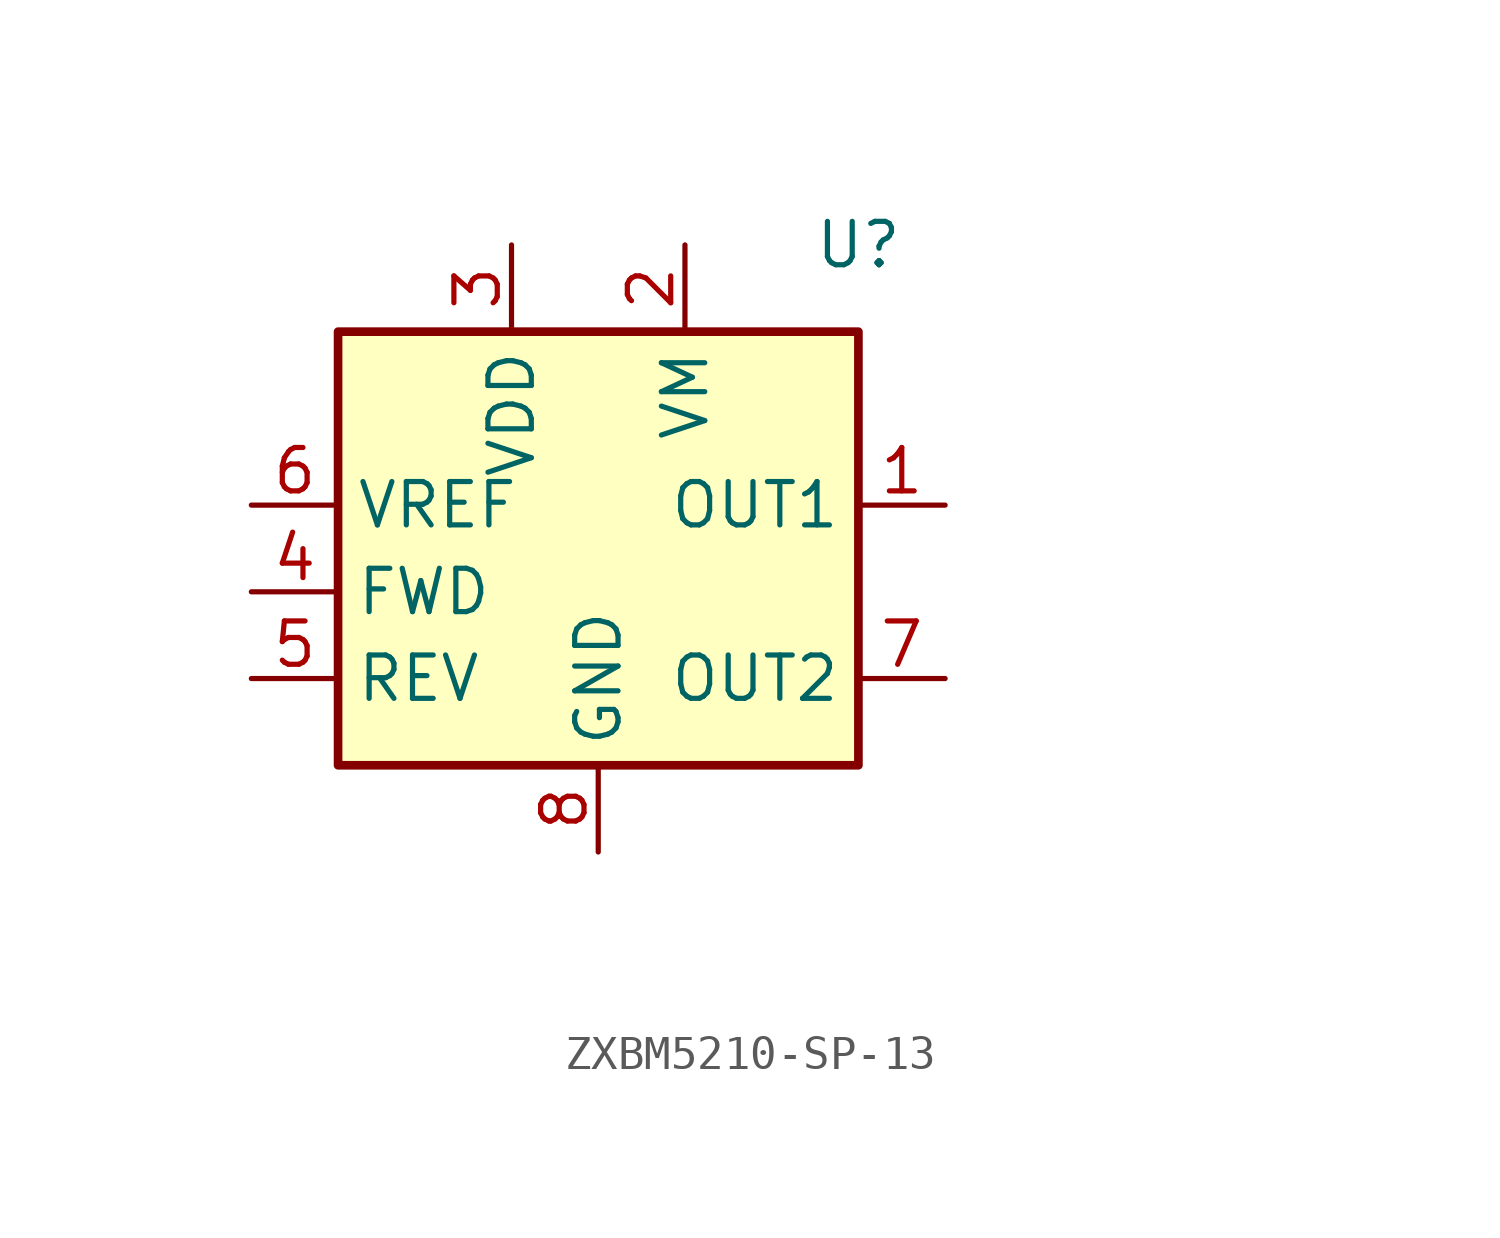
<source format=kicad_sym>
(kicad_symbol_lib
  (version 20220914)
  (generator kicad_symbol_editor)
  (symbol "ZXBM5210-SP-13"
    (property "Reference" "U"
      (at 0 0 0)
      (effects (font (size 1.27 1.27))))
    (property "Value" ""
      (at 0 0 0)
      (effects (font (size 1.27 1.27))))
    (symbol "ZXBM5210-SP-13_0_0"
      (pin output line (at 2.54 -7.62 180) (length 2.54) (name "OUT1" (effects (font (size 1.27 1.27)))) (number "1" (effects (font (size 1.27 1.27)))))
      (pin power_in line (at -5.08 0 270) (length 2.54) (name "VM" (effects (font (size 1.27 1.27)))) (number "2" (effects (font (size 1.27 1.27)))))
      (pin power_in line (at -10.16 0 270) (length 2.54) (name "VDD" (effects (font (size 1.27 1.27)))) (number "3" (effects (font (size 1.27 1.27)))))
      (pin input line (at -17.78 -10.16 0) (length 2.54) (name "FWD" (effects (font (size 1.27 1.27)))) (number "4" (effects (font (size 1.27 1.27)))))
      (pin input line (at -17.78 -12.7 0) (length 2.54) (name "REV" (effects (font (size 1.27 1.27)))) (number "5" (effects (font (size 1.27 1.27)))))
      (pin input line (at -17.78 -7.62 0) (length 2.54) (name "VREF" (effects (font (size 1.27 1.27)))) (number "6" (effects (font (size 1.27 1.27)))))
      (pin output line (at 2.54 -12.7 180) (length 2.54) (name "OUT2" (effects (font (size 1.27 1.27)))) (number "7" (effects (font (size 1.27 1.27)))))
      (pin power_in line (at -7.62 -17.78 90) (length 2.54) (name "GND" (effects (font (size 1.27 1.27)))) (number "8" (effects (font (size 1.27 1.27)))))
      (pin passive line (at -10.16 -17.78 90) (length 2.54) hide (name "GND" (effects (font (size 1.27 1.27)))) (number "9" (effects (font (size 1.27 1.27))))))
    (symbol "ZXBM5210-SP-13_0_1"
      (rectangle (start -15.24 -2.54) (end 0 -15.24) (stroke (width 0.254) (type default)) (fill (type background))))
    (symbol "ZXBM5210-SP-13_1_1"
      (pin bidirectional line (at 11.43 -20.32 90) (length 2.54) hide (name "EP" (effects (font (size 1.27 1.27)))) (number "9" (effects (font (size 1.27 1.27))))))))
</source>
